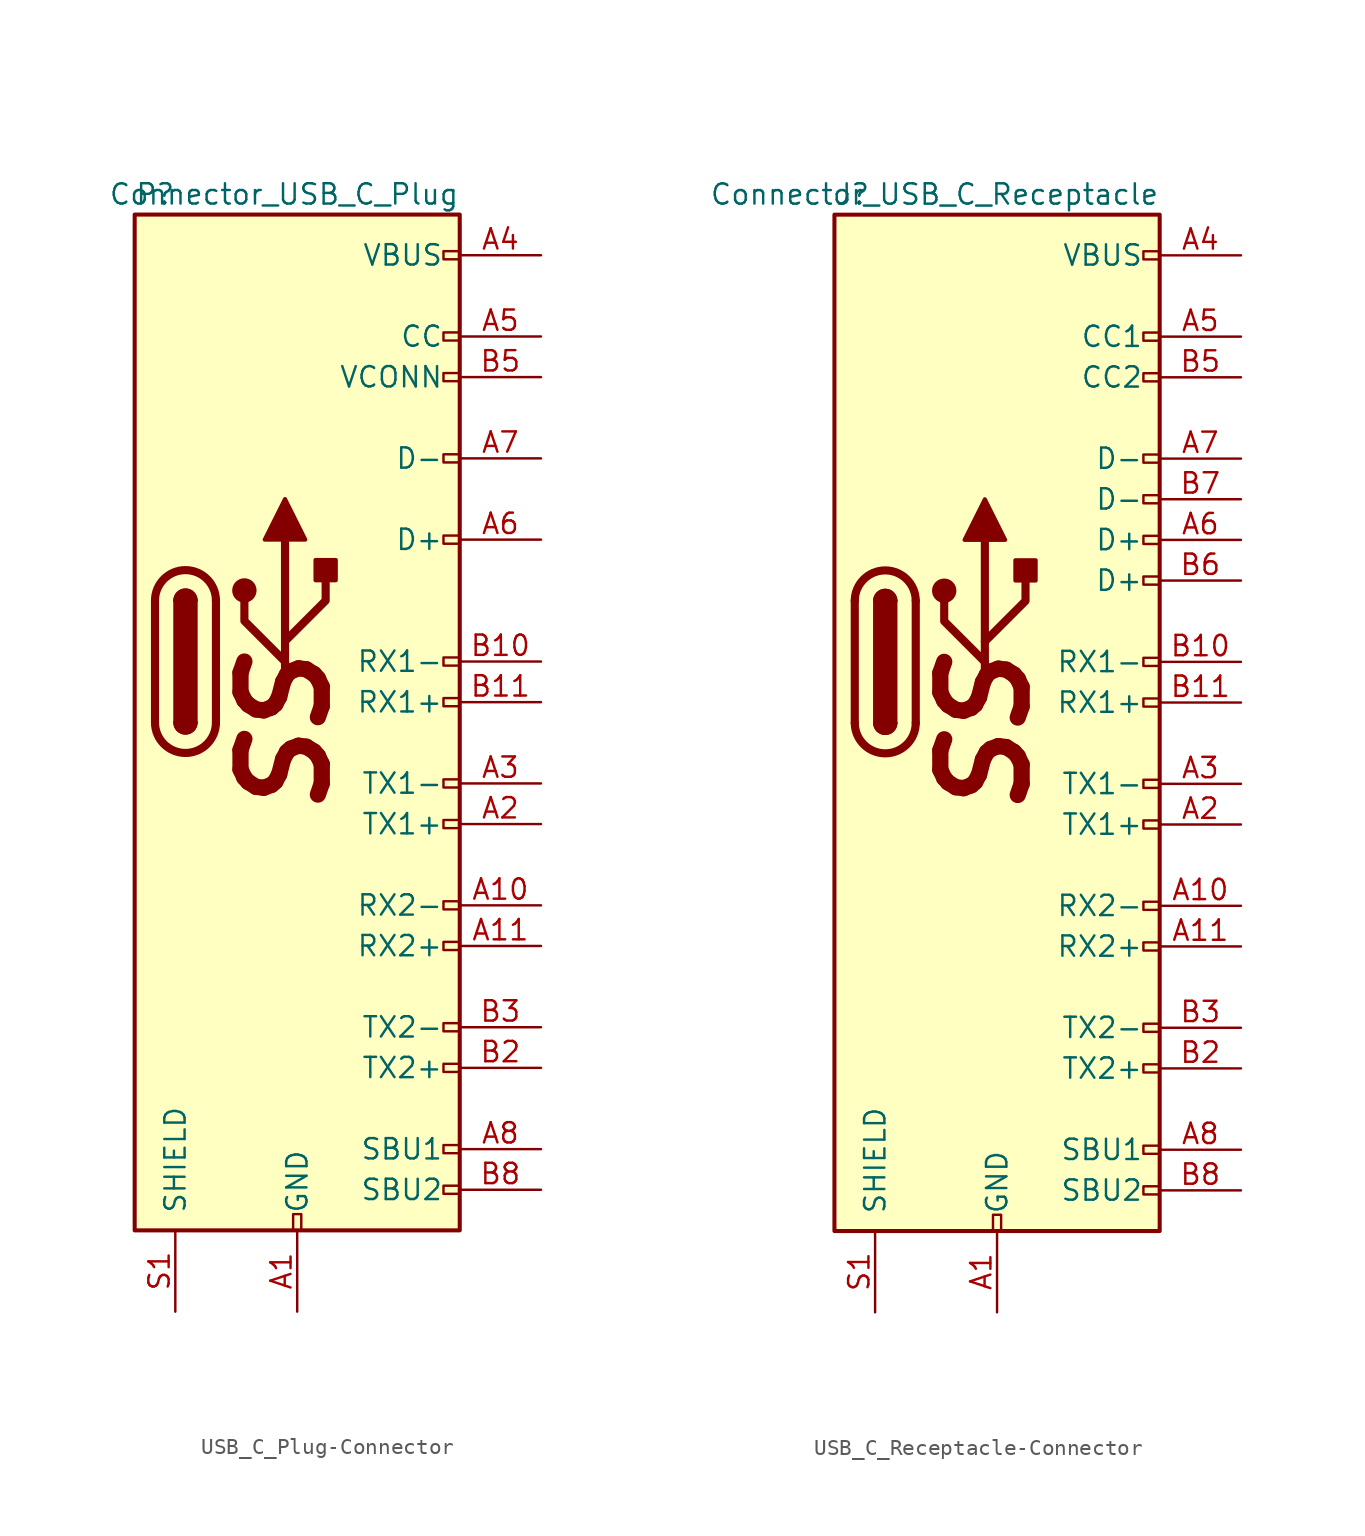
<source format=kicad_sym>
(kicad_symbol_lib
  (version 20220914)
  (generator kicad_symbol_editor)
  (symbol "USB_C_Plug-Connector"
    (pin_names
      (offset 1.016))
    (property "Reference" "P"
      (at -10.16 29.21 0)
      (effects (font (size 1.27 1.27)) (justify left)))
    (property "Value" "Connector_USB_C_Plug"
      (at 10.16 29.21 0)
      (effects (font (size 1.27 1.27)) (justify right)))
    (symbol "USB_C_Plug-Connector_0_0"
      (rectangle (start -0.254 -35.56) (end 0.254 -34.544) (stroke (width 0) (type solid)) (fill (type none)))
      (rectangle (start 10.16 -32.766) (end 9.144 -33.274) (stroke (width 0) (type solid)) (fill (type none)))
      (rectangle (start 10.16 -30.226) (end 9.144 -30.734) (stroke (width 0) (type solid)) (fill (type none)))
      (rectangle (start 10.16 -25.146) (end 9.144 -25.654) (stroke (width 0) (type solid)) (fill (type none)))
      (rectangle (start 10.16 -22.606) (end 9.144 -23.114) (stroke (width 0) (type solid)) (fill (type none)))
      (rectangle (start 10.16 -17.526) (end 9.144 -18.034) (stroke (width 0) (type solid)) (fill (type none)))
      (rectangle (start 10.16 -14.986) (end 9.144 -15.494) (stroke (width 0) (type solid)) (fill (type none)))
      (rectangle (start 10.16 -9.906) (end 9.144 -10.414) (stroke (width 0) (type solid)) (fill (type none)))
      (rectangle (start 10.16 -7.366) (end 9.144 -7.874) (stroke (width 0) (type solid)) (fill (type none)))
      (rectangle (start 10.16 -2.286) (end 9.144 -2.794) (stroke (width 0) (type solid)) (fill (type none)))
      (rectangle (start 10.16 0.254) (end 9.144 -0.254) (stroke (width 0) (type solid)) (fill (type none)))
      (rectangle (start 10.16 7.874) (end 9.144 7.366) (stroke (width 0) (type solid)) (fill (type none)))
      (rectangle (start 10.16 12.954) (end 9.144 12.446) (stroke (width 0) (type solid)) (fill (type none)))
      (rectangle (start 10.16 18.034) (end 9.144 17.526) (stroke (width 0) (type solid)) (fill (type none)))
      (rectangle (start 10.16 20.574) (end 9.144 20.066) (stroke (width 0) (type solid)) (fill (type none)))
      (rectangle (start 10.16 25.654) (end 9.144 25.146) (stroke (width 0) (type solid)) (fill (type none)))
      (text "SS" (at -0.762 -4.445 900) (effects (font (size 5.08 5.08) bold italic))))
    (symbol "USB_C_Plug-Connector_0_1"
      (rectangle (start -10.16 27.94) (end 10.16 -35.56) (stroke (width 0.254) (type solid)) (fill (type background)))
      (arc (start -8.89 -3.81) (mid -6.985 -5.7067) (end -5.08 -3.81) (stroke (width 0.508) (type solid)) (fill (type none)))
      (arc (start -7.62 -3.81) (mid -6.985 -4.4423) (end -6.35 -3.81) (stroke (width 0.254) (type solid)) (fill (type none)))
      (arc (start -7.62 -3.81) (mid -6.985 -4.4423) (end -6.35 -3.81) (stroke (width 0.254) (type solid)) (fill (type outline)))
      (rectangle (start -7.62 -3.81) (end -6.35 3.81) (stroke (width 0.254) (type solid)) (fill (type outline)))
      (arc (start -6.35 3.81) (mid -6.985 4.4423) (end -7.62 3.81) (stroke (width 0.254) (type solid)) (fill (type none)))
      (arc (start -6.35 3.81) (mid -6.985 4.4423) (end -7.62 3.81) (stroke (width 0.254) (type solid)) (fill (type outline)))
      (arc (start -5.08 3.81) (mid -6.985 5.7067) (end -8.89 3.81) (stroke (width 0.508) (type solid)) (fill (type none)))
      (circle (center -3.302 4.445) (radius 0.635) (stroke (width 0.254) (type solid)) (fill (type outline)))
      (polyline (pts (xy -8.89 -3.81) (xy -8.89 3.81)) (stroke (width 0.508) (type solid)) (fill (type none)))
      (polyline (pts (xy -5.08 3.81) (xy -5.08 -3.81)) (stroke (width 0.508) (type solid)) (fill (type none)))
      (polyline (pts (xy -0.762 -1.27) (xy -0.762 7.62)) (stroke (width 0.508) (type solid)) (fill (type none)))
      (polyline (pts (xy -0.762 0) (xy -3.302 2.54) (xy -3.302 3.81)) (stroke (width 0.508) (type solid)) (fill (type none)))
      (polyline (pts (xy -0.762 1.27) (xy 1.778 3.81) (xy 1.778 5.08)) (stroke (width 0.508) (type solid)) (fill (type none)))
      (polyline (pts (xy -2.032 7.62) (xy -0.762 10.16) (xy 0.508 7.62) (xy -2.032 7.62)) (stroke (width 0.254) (type solid)) (fill (type outline)))
      (rectangle (start 1.143 5.08) (end 2.413 6.35) (stroke (width 0.254) (type solid)) (fill (type outline))))
    (symbol "USB_C_Plug-Connector_1_1"
      (pin power_in line (at 0 -40.64 90) (length 5.08) (name "GND" (effects (font (size 1.27 1.27)))) (number "A1" (effects (font (size 1.27 1.27)))))
      (pin bidirectional line (at 15.24 -15.24 180) (length 5.08) (name "RX2-" (effects (font (size 1.27 1.27)))) (number "A10" (effects (font (size 1.27 1.27)))))
      (pin bidirectional line (at 15.24 -17.78 180) (length 5.08) (name "RX2+" (effects (font (size 1.27 1.27)))) (number "A11" (effects (font (size 1.27 1.27)))))
      (pin passive line (at 0 -40.64 90) (length 5.08) hide (name "GND" (effects (font (size 1.27 1.27)))) (number "A12" (effects (font (size 1.27 1.27)))))
      (pin bidirectional line (at 15.24 -10.16 180) (length 5.08) (name "TX1+" (effects (font (size 1.27 1.27)))) (number "A2" (effects (font (size 1.27 1.27)))))
      (pin bidirectional line (at 15.24 -7.62 180) (length 5.08) (name "TX1-" (effects (font (size 1.27 1.27)))) (number "A3" (effects (font (size 1.27 1.27)))))
      (pin power_in line (at 15.24 25.4 180) (length 5.08) (name "VBUS" (effects (font (size 1.27 1.27)))) (number "A4" (effects (font (size 1.27 1.27)))))
      (pin bidirectional line (at 15.24 20.32 180) (length 5.08) (name "CC" (effects (font (size 1.27 1.27)))) (number "A5" (effects (font (size 1.27 1.27)))))
      (pin bidirectional line (at 15.24 7.62 180) (length 5.08) (name "D+" (effects (font (size 1.27 1.27)))) (number "A6" (effects (font (size 1.27 1.27)))))
      (pin bidirectional line (at 15.24 12.7 180) (length 5.08) (name "D-" (effects (font (size 1.27 1.27)))) (number "A7" (effects (font (size 1.27 1.27)))))
      (pin bidirectional line (at 15.24 -30.48 180) (length 5.08) (name "SBU1" (effects (font (size 1.27 1.27)))) (number "A8" (effects (font (size 1.27 1.27)))))
      (pin passive line (at 15.24 25.4 180) (length 5.08) hide (name "VBUS" (effects (font (size 1.27 1.27)))) (number "A9" (effects (font (size 1.27 1.27)))))
      (pin passive line (at 0 -40.64 90) (length 5.08) hide (name "GND" (effects (font (size 1.27 1.27)))) (number "B1" (effects (font (size 1.27 1.27)))))
      (pin bidirectional line (at 15.24 0 180) (length 5.08) (name "RX1-" (effects (font (size 1.27 1.27)))) (number "B10" (effects (font (size 1.27 1.27)))))
      (pin bidirectional line (at 15.24 -2.54 180) (length 5.08) (name "RX1+" (effects (font (size 1.27 1.27)))) (number "B11" (effects (font (size 1.27 1.27)))))
      (pin passive line (at 0 -40.64 90) (length 5.08) hide (name "GND" (effects (font (size 1.27 1.27)))) (number "B12" (effects (font (size 1.27 1.27)))))
      (pin bidirectional line (at 15.24 -25.4 180) (length 5.08) (name "TX2+" (effects (font (size 1.27 1.27)))) (number "B2" (effects (font (size 1.27 1.27)))))
      (pin bidirectional line (at 15.24 -22.86 180) (length 5.08) (name "TX2-" (effects (font (size 1.27 1.27)))) (number "B3" (effects (font (size 1.27 1.27)))))
      (pin passive line (at 15.24 25.4 180) (length 5.08) hide (name "VBUS" (effects (font (size 1.27 1.27)))) (number "B4" (effects (font (size 1.27 1.27)))))
      (pin bidirectional line (at 15.24 17.78 180) (length 5.08) (name "VCONN" (effects (font (size 1.27 1.27)))) (number "B5" (effects (font (size 1.27 1.27)))))
      (pin bidirectional line (at 15.24 -33.02 180) (length 5.08) (name "SBU2" (effects (font (size 1.27 1.27)))) (number "B8" (effects (font (size 1.27 1.27)))))
      (pin passive line (at 15.24 25.4 180) (length 5.08) hide (name "VBUS" (effects (font (size 1.27 1.27)))) (number "B9" (effects (font (size 1.27 1.27)))))
      (pin passive line (at -7.62 -40.64 90) (length 5.08) (name "SHIELD" (effects (font (size 1.27 1.27)))) (number "S1" (effects (font (size 1.27 1.27)))))))
  (symbol "USB_C_Receptacle-Connector"
    (pin_names
      (offset 1.016))
    (property "Reference" "J"
      (at -10.16 29.21 0)
      (effects (font (size 1.27 1.27)) (justify left)))
    (property "Value" "Connector_USB_C_Receptacle"
      (at 10.16 29.21 0)
      (effects (font (size 1.27 1.27)) (justify right)))
    (symbol "USB_C_Receptacle-Connector_0_0"
      (rectangle (start -0.254 -35.56) (end 0.254 -34.544) (stroke (width 0) (type solid)) (fill (type none)))
      (rectangle (start 10.16 -32.766) (end 9.144 -33.274) (stroke (width 0) (type solid)) (fill (type none)))
      (rectangle (start 10.16 -30.226) (end 9.144 -30.734) (stroke (width 0) (type solid)) (fill (type none)))
      (rectangle (start 10.16 -25.146) (end 9.144 -25.654) (stroke (width 0) (type solid)) (fill (type none)))
      (rectangle (start 10.16 -22.606) (end 9.144 -23.114) (stroke (width 0) (type solid)) (fill (type none)))
      (rectangle (start 10.16 -17.526) (end 9.144 -18.034) (stroke (width 0) (type solid)) (fill (type none)))
      (rectangle (start 10.16 -14.986) (end 9.144 -15.494) (stroke (width 0) (type solid)) (fill (type none)))
      (rectangle (start 10.16 -9.906) (end 9.144 -10.414) (stroke (width 0) (type solid)) (fill (type none)))
      (rectangle (start 10.16 -7.366) (end 9.144 -7.874) (stroke (width 0) (type solid)) (fill (type none)))
      (rectangle (start 10.16 -2.286) (end 9.144 -2.794) (stroke (width 0) (type solid)) (fill (type none)))
      (rectangle (start 10.16 0.254) (end 9.144 -0.254) (stroke (width 0) (type solid)) (fill (type none)))
      (rectangle (start 10.16 5.334) (end 9.144 4.826) (stroke (width 0) (type solid)) (fill (type none)))
      (rectangle (start 10.16 7.874) (end 9.144 7.366) (stroke (width 0) (type solid)) (fill (type none)))
      (rectangle (start 10.16 10.414) (end 9.144 9.906) (stroke (width 0) (type solid)) (fill (type none)))
      (rectangle (start 10.16 12.954) (end 9.144 12.446) (stroke (width 0) (type solid)) (fill (type none)))
      (rectangle (start 10.16 18.034) (end 9.144 17.526) (stroke (width 0) (type solid)) (fill (type none)))
      (rectangle (start 10.16 20.574) (end 9.144 20.066) (stroke (width 0) (type solid)) (fill (type none)))
      (rectangle (start 10.16 25.654) (end 9.144 25.146) (stroke (width 0) (type solid)) (fill (type none)))
      (text "SS" (at -0.762 -4.445 900) (effects (font (size 5.08 5.08) bold italic))))
    (symbol "USB_C_Receptacle-Connector_0_1"
      (rectangle (start -10.16 27.94) (end 10.16 -35.56) (stroke (width 0.254) (type solid)) (fill (type background)))
      (arc (start -8.89 -3.81) (mid -6.985 -5.7067) (end -5.08 -3.81) (stroke (width 0.508) (type solid)) (fill (type none)))
      (arc (start -7.62 -3.81) (mid -6.985 -4.4423) (end -6.35 -3.81) (stroke (width 0.254) (type solid)) (fill (type none)))
      (arc (start -7.62 -3.81) (mid -6.985 -4.4423) (end -6.35 -3.81) (stroke (width 0.254) (type solid)) (fill (type outline)))
      (rectangle (start -7.62 -3.81) (end -6.35 3.81) (stroke (width 0.254) (type solid)) (fill (type outline)))
      (arc (start -6.35 3.81) (mid -6.985 4.4423) (end -7.62 3.81) (stroke (width 0.254) (type solid)) (fill (type none)))
      (arc (start -6.35 3.81) (mid -6.985 4.4423) (end -7.62 3.81) (stroke (width 0.254) (type solid)) (fill (type outline)))
      (arc (start -5.08 3.81) (mid -6.985 5.7067) (end -8.89 3.81) (stroke (width 0.508) (type solid)) (fill (type none)))
      (circle (center -3.302 4.445) (radius 0.635) (stroke (width 0.254) (type solid)) (fill (type outline)))
      (polyline (pts (xy -8.89 -3.81) (xy -8.89 3.81)) (stroke (width 0.508) (type solid)) (fill (type none)))
      (polyline (pts (xy -5.08 3.81) (xy -5.08 -3.81)) (stroke (width 0.508) (type solid)) (fill (type none)))
      (polyline (pts (xy -0.762 -1.27) (xy -0.762 7.62)) (stroke (width 0.508) (type solid)) (fill (type none)))
      (polyline (pts (xy -0.762 0) (xy -3.302 2.54) (xy -3.302 3.81)) (stroke (width 0.508) (type solid)) (fill (type none)))
      (polyline (pts (xy -0.762 1.27) (xy 1.778 3.81) (xy 1.778 5.08)) (stroke (width 0.508) (type solid)) (fill (type none)))
      (polyline (pts (xy -2.032 7.62) (xy -0.762 10.16) (xy 0.508 7.62) (xy -2.032 7.62)) (stroke (width 0.254) (type solid)) (fill (type outline)))
      (rectangle (start 1.143 5.08) (end 2.413 6.35) (stroke (width 0.254) (type solid)) (fill (type outline))))
    (symbol "USB_C_Receptacle-Connector_1_1"
      (pin power_in line (at 0 -40.64 90) (length 5.08) (name "GND" (effects (font (size 1.27 1.27)))) (number "A1" (effects (font (size 1.27 1.27)))))
      (pin bidirectional line (at 15.24 -15.24 180) (length 5.08) (name "RX2-" (effects (font (size 1.27 1.27)))) (number "A10" (effects (font (size 1.27 1.27)))))
      (pin bidirectional line (at 15.24 -17.78 180) (length 5.08) (name "RX2+" (effects (font (size 1.27 1.27)))) (number "A11" (effects (font (size 1.27 1.27)))))
      (pin passive line (at 0 -40.64 90) (length 5.08) hide (name "GND" (effects (font (size 1.27 1.27)))) (number "A12" (effects (font (size 1.27 1.27)))))
      (pin bidirectional line (at 15.24 -10.16 180) (length 5.08) (name "TX1+" (effects (font (size 1.27 1.27)))) (number "A2" (effects (font (size 1.27 1.27)))))
      (pin bidirectional line (at 15.24 -7.62 180) (length 5.08) (name "TX1-" (effects (font (size 1.27 1.27)))) (number "A3" (effects (font (size 1.27 1.27)))))
      (pin power_in line (at 15.24 25.4 180) (length 5.08) (name "VBUS" (effects (font (size 1.27 1.27)))) (number "A4" (effects (font (size 1.27 1.27)))))
      (pin bidirectional line (at 15.24 20.32 180) (length 5.08) (name "CC1" (effects (font (size 1.27 1.27)))) (number "A5" (effects (font (size 1.27 1.27)))))
      (pin bidirectional line (at 15.24 7.62 180) (length 5.08) (name "D+" (effects (font (size 1.27 1.27)))) (number "A6" (effects (font (size 1.27 1.27)))))
      (pin bidirectional line (at 15.24 12.7 180) (length 5.08) (name "D-" (effects (font (size 1.27 1.27)))) (number "A7" (effects (font (size 1.27 1.27)))))
      (pin bidirectional line (at 15.24 -30.48 180) (length 5.08) (name "SBU1" (effects (font (size 1.27 1.27)))) (number "A8" (effects (font (size 1.27 1.27)))))
      (pin passive line (at 15.24 25.4 180) (length 5.08) hide (name "VBUS" (effects (font (size 1.27 1.27)))) (number "A9" (effects (font (size 1.27 1.27)))))
      (pin passive line (at 0 -40.64 90) (length 5.08) hide (name "GND" (effects (font (size 1.27 1.27)))) (number "B1" (effects (font (size 1.27 1.27)))))
      (pin bidirectional line (at 15.24 0 180) (length 5.08) (name "RX1-" (effects (font (size 1.27 1.27)))) (number "B10" (effects (font (size 1.27 1.27)))))
      (pin bidirectional line (at 15.24 -2.54 180) (length 5.08) (name "RX1+" (effects (font (size 1.27 1.27)))) (number "B11" (effects (font (size 1.27 1.27)))))
      (pin passive line (at 0 -40.64 90) (length 5.08) hide (name "GND" (effects (font (size 1.27 1.27)))) (number "B12" (effects (font (size 1.27 1.27)))))
      (pin bidirectional line (at 15.24 -25.4 180) (length 5.08) (name "TX2+" (effects (font (size 1.27 1.27)))) (number "B2" (effects (font (size 1.27 1.27)))))
      (pin bidirectional line (at 15.24 -22.86 180) (length 5.08) (name "TX2-" (effects (font (size 1.27 1.27)))) (number "B3" (effects (font (size 1.27 1.27)))))
      (pin passive line (at 15.24 25.4 180) (length 5.08) hide (name "VBUS" (effects (font (size 1.27 1.27)))) (number "B4" (effects (font (size 1.27 1.27)))))
      (pin bidirectional line (at 15.24 17.78 180) (length 5.08) (name "CC2" (effects (font (size 1.27 1.27)))) (number "B5" (effects (font (size 1.27 1.27)))))
      (pin bidirectional line (at 15.24 5.08 180) (length 5.08) (name "D+" (effects (font (size 1.27 1.27)))) (number "B6" (effects (font (size 1.27 1.27)))))
      (pin bidirectional line (at 15.24 10.16 180) (length 5.08) (name "D-" (effects (font (size 1.27 1.27)))) (number "B7" (effects (font (size 1.27 1.27)))))
      (pin bidirectional line (at 15.24 -33.02 180) (length 5.08) (name "SBU2" (effects (font (size 1.27 1.27)))) (number "B8" (effects (font (size 1.27 1.27)))))
      (pin passive line (at 15.24 25.4 180) (length 5.08) hide (name "VBUS" (effects (font (size 1.27 1.27)))) (number "B9" (effects (font (size 1.27 1.27)))))
      (pin passive line (at -7.62 -40.64 90) (length 5.08) (name "SHIELD" (effects (font (size 1.27 1.27)))) (number "S1" (effects (font (size 1.27 1.27))))))))
</source>
